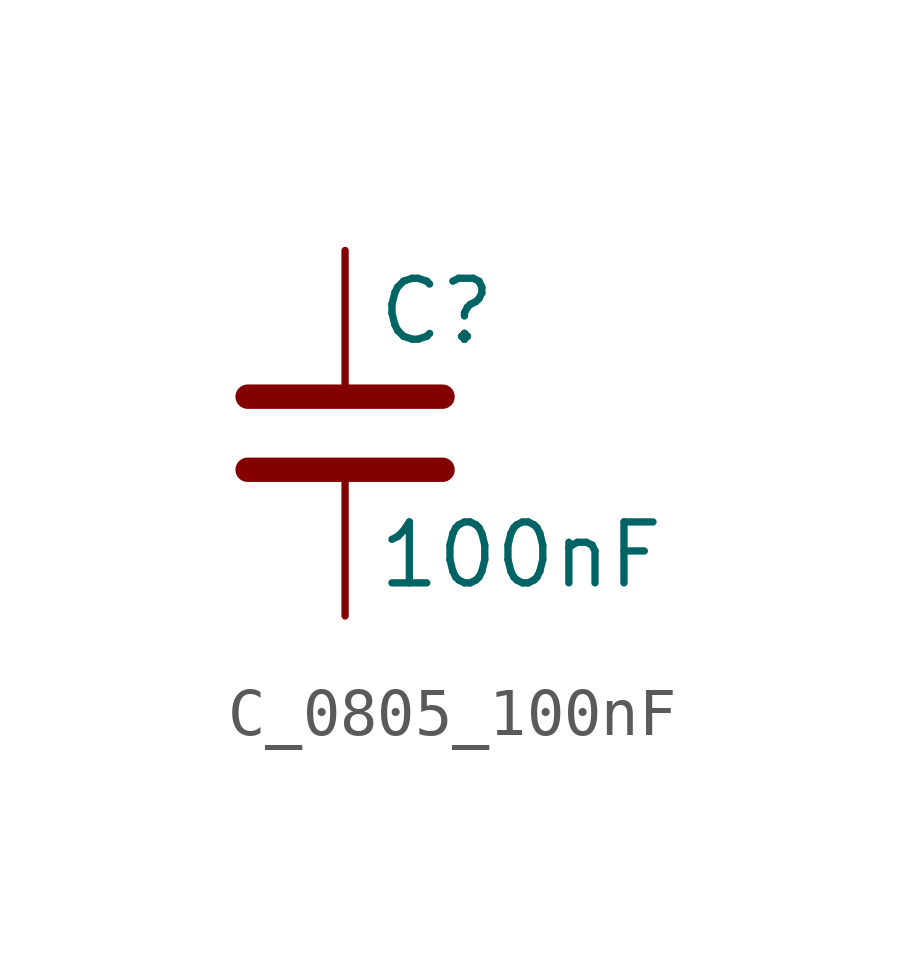
<source format=kicad_sym>
(kicad_symbol_lib
  (version 20241209)
  (generator "kicad_symbol_editor")
  (generator_version "9.0")
  (symbol "C_0805_100nF"
    (pin_numbers
      (hide yes))
    (pin_names
      (offset 0.254))
    (property "Reference" "C"
      (at 0.635 2.54 0)
      (effects (font (size 1.27 1.27)) (justify left)))
    (property "Value" "100nF"
      (at 0.635 -2.54 0)
      (effects (font (size 1.27 1.27)) (justify left)))
    (symbol "C_0805_100nF_0_1"
      (polyline (pts (xy -2.032 0.762) (xy 2.032 0.762)) (stroke (width 0.508) (type default)) (fill (type none)))
      (polyline (pts (xy -2.032 -0.762) (xy 2.032 -0.762)) (stroke (width 0.508) (type default)) (fill (type none))))
    (symbol "C_0805_100nF_1_1"
      (pin passive line (at 0 3.81 270) (length 2.794) (name "~" (effects (font (size 1.27 1.27)))) (number "1" (effects (font (size 1.27 1.27)))))
      (pin passive line (at 0 -3.81 90) (length 2.794) (name "~" (effects (font (size 1.27 1.27)))) (number "2" (effects (font (size 1.27 1.27))))))))
</source>
